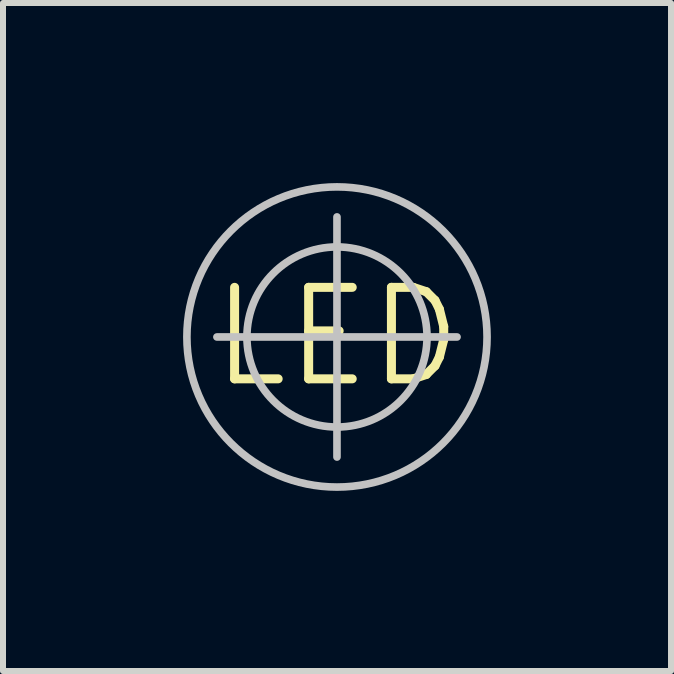
<source format=kicad_pcb>
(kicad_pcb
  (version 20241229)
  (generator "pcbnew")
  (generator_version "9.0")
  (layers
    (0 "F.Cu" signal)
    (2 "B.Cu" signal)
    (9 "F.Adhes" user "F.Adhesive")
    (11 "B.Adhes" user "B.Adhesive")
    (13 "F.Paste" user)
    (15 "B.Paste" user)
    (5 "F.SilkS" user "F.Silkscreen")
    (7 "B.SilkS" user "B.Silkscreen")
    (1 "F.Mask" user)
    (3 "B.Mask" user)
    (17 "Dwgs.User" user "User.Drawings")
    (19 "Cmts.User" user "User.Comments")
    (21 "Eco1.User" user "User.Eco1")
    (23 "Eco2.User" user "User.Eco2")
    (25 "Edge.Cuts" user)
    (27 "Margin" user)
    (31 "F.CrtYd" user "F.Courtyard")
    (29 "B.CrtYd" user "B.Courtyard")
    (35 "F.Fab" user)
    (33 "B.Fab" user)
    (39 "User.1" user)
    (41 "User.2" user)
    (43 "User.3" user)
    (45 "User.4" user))
  (footprint "LED"
    (layer "F.Cu")
    (at 2.563 2.563)
    (property "Reference" "LED" (at 0 0 0) (layer "F.SilkS") (effects (font (size 1.524 1.524) (thickness 0.15))))
    (attr through_hole)
    (fp_line (start -2 0) (end 2 0) (stroke (width 0.127) (type solid)) (layer "Dwgs.User"))
    (fp_line (start 0 -2) (end 0 2) (stroke (width 0.127) (type solid)) (layer "Dwgs.User"))
    (fp_circle (center 0 0) (end 1.5 0) (stroke (width 0.127) (type solid)) (fill no) (layer "Dwgs.User"))
    (fp_circle (center 0 0) (end 2.5 0) (stroke (width 0.127) (type solid)) (fill no) (layer "Dwgs.User")))
  (gr_rect
    (start -3 -3)
    (end 8.127 8.127)
    (stroke (width 0.1) (type default))
    (fill no)
    (layer "Edge.Cuts")))
</source>
